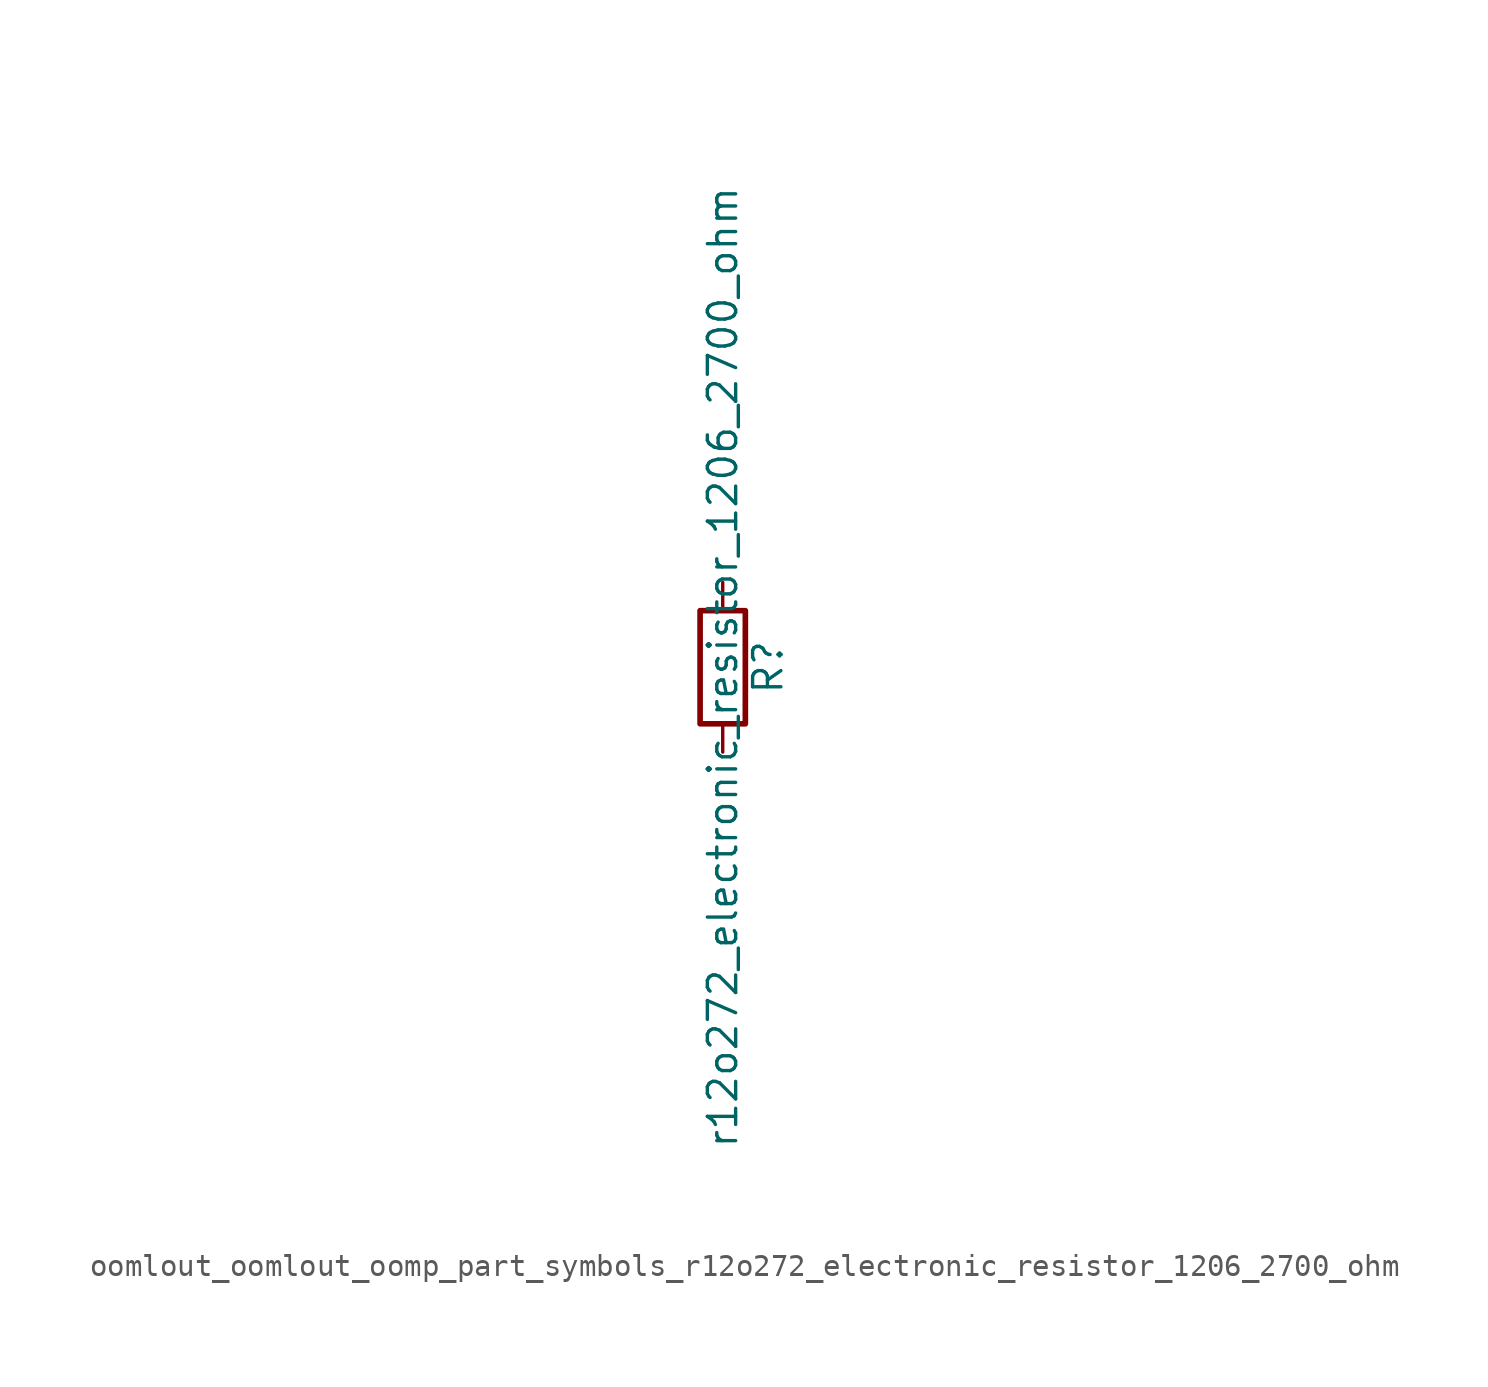
<source format=kicad_sym>
(kicad_symbol_lib
  (version 20220914)
  (generator kicad_symbol_editor)
  (symbol "oomlout_oomlout_oomp_part_symbols_r12o272_electronic_resistor_1206_2700_ohm"
    (pin_numbers hide)
    (pin_names
      (offset 0))
    (property "Reference" "R"
      (at 2.032 0 90)
      (effects (font (size 1.27 1.27))))
    (property "Value" "r12o272_electronic_resistor_1206_2700_ohm"
      (at 0 0 90)
      (effects (font (size 1.27 1.27))))
    (symbol "oomlout_oomlout_oomp_part_symbols_r12o272_electronic_resistor_1206_2700_ohm_0_1"
      (rectangle (start -1.016 -2.54) (end 1.016 2.54) (stroke (width 0.254) (type default)) (fill (type none))))
    (symbol "oomlout_oomlout_oomp_part_symbols_r12o272_electronic_resistor_1206_2700_ohm_1_1"
      (pin passive line (at 0 3.81 270) (length 1.27) (name "~" (effects (font (size 1.27 1.27)))) (number "1" (effects (font (size 1.27 1.27)))))
      (pin passive line (at 0 -3.81 90) (length 1.27) (name "~" (effects (font (size 1.27 1.27)))) (number "2" (effects (font (size 1.27 1.27))))))))
</source>
